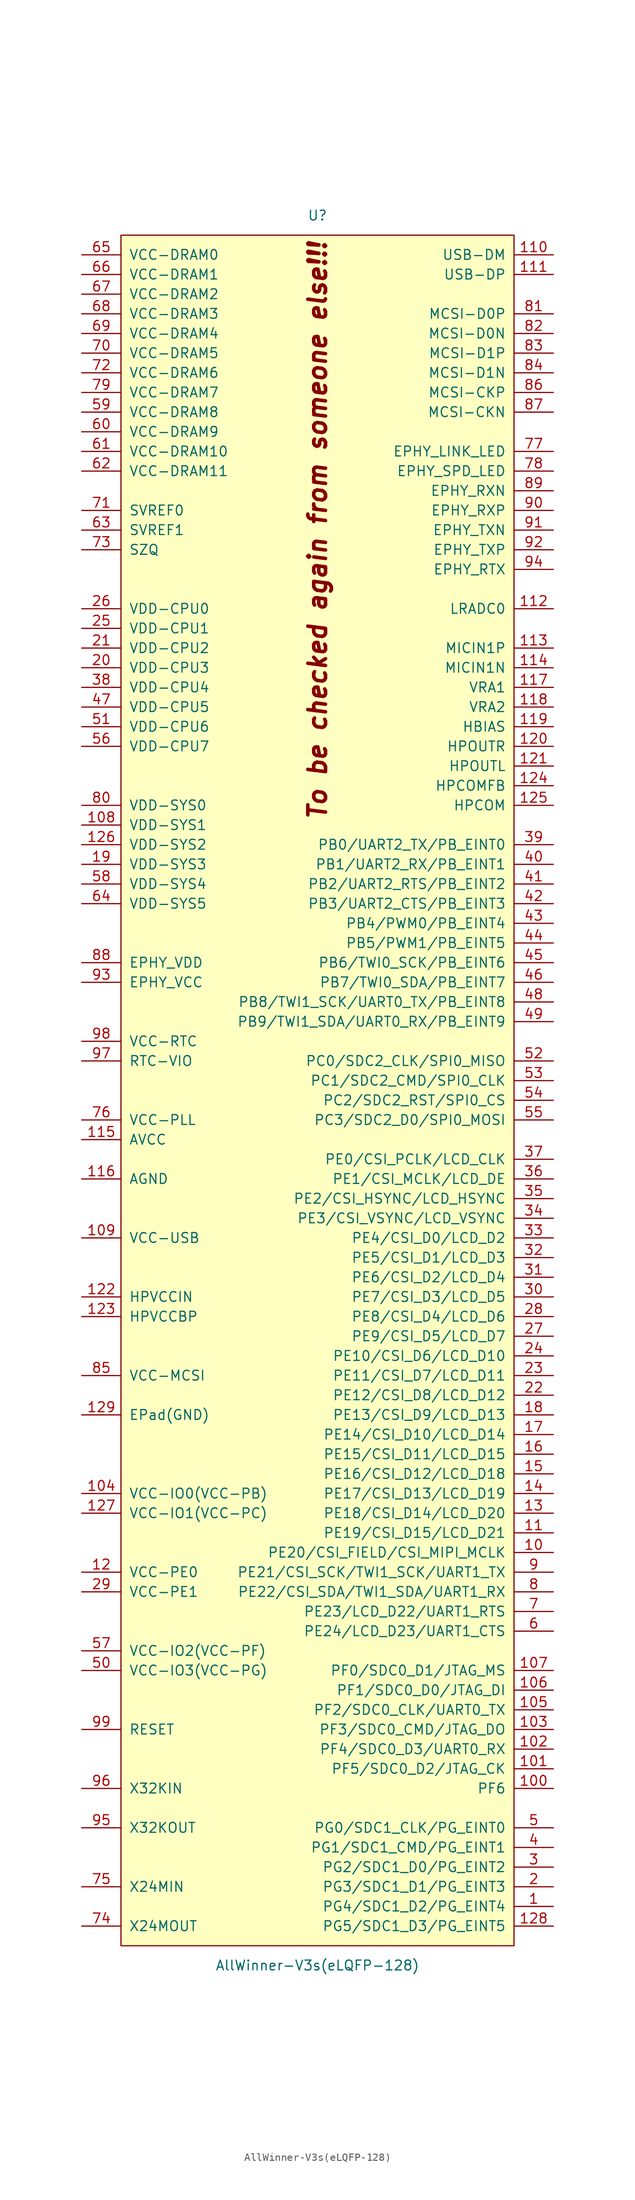
<source format=kicad_sym>
(kicad_symbol_lib
  (version 20220914)
  (generator kicad_symbol_editor)
  (symbol "AllWinner-V3s(eLQFP-128)"
    (pin_names
      (offset 1.016))
    (property "Reference" "U"
      (at 0 114.3 0)
      (effects (font (size 1.27 1.27))))
    (property "Value" "AllWinner-V3s(eLQFP-128)"
      (at 0 -111.76 0)
      (effects (font (size 1.27 1.27))))
    (symbol "AllWinner-V3s(eLQFP-128)_0_0"
      (text "To be checked again from someone else!!!" (at 0 73.66 900) (effects (font (size 2.286 2.286) bold italic))))
    (symbol "AllWinner-V3s(eLQFP-128)_0_1"
      (rectangle (start -25.4 111.76) (end 25.4 -109.22) (stroke (width 0) (type solid)) (fill (type background))))
    (symbol "AllWinner-V3s(eLQFP-128)_1_1"
      (pin bidirectional line (at 30.48 -104.14 180) (length 5.08) (name "PG4/SDC1_D2/PG_EINT4" (effects (font (size 1.27 1.27)))) (number "1" (effects (font (size 1.27 1.27)))))
      (pin bidirectional line (at 30.48 -58.42 180) (length 5.08) (name "PE20/CSI_FIELD/CSI_MIPI_MCLK" (effects (font (size 1.27 1.27)))) (number "10" (effects (font (size 1.27 1.27)))))
      (pin bidirectional line (at 30.48 -88.9 180) (length 5.08) (name "PF6" (effects (font (size 1.27 1.27)))) (number "100" (effects (font (size 1.27 1.27)))))
      (pin bidirectional line (at 30.48 -86.36 180) (length 5.08) (name "PF5/SDC0_D2/JTAG_CK" (effects (font (size 1.27 1.27)))) (number "101" (effects (font (size 1.27 1.27)))))
      (pin bidirectional line (at 30.48 -83.82 180) (length 5.08) (name "PF4/SDC0_D3/UART0_RX" (effects (font (size 1.27 1.27)))) (number "102" (effects (font (size 1.27 1.27)))))
      (pin bidirectional line (at 30.48 -81.28 180) (length 5.08) (name "PF3/SDC0_CMD/JTAG_DO" (effects (font (size 1.27 1.27)))) (number "103" (effects (font (size 1.27 1.27)))))
      (pin power_in line (at -30.48 -50.8 0) (length 5.08) (name "VCC-IO0(VCC-PB)" (effects (font (size 1.27 1.27)))) (number "104" (effects (font (size 1.27 1.27)))))
      (pin bidirectional line (at 30.48 -78.74 180) (length 5.08) (name "PF2/SDC0_CLK/UART0_TX" (effects (font (size 1.27 1.27)))) (number "105" (effects (font (size 1.27 1.27)))))
      (pin bidirectional line (at 30.48 -76.2 180) (length 5.08) (name "PF1/SDC0_D0/JTAG_DI" (effects (font (size 1.27 1.27)))) (number "106" (effects (font (size 1.27 1.27)))))
      (pin bidirectional line (at 30.48 -73.66 180) (length 5.08) (name "PF0/SDC0_D1/JTAG_MS" (effects (font (size 1.27 1.27)))) (number "107" (effects (font (size 1.27 1.27)))))
      (pin power_in line (at -30.48 35.56 0) (length 5.08) (name "VDD-SYS1" (effects (font (size 1.27 1.27)))) (number "108" (effects (font (size 1.27 1.27)))))
      (pin power_in line (at -30.48 -17.78 0) (length 5.08) (name "VCC-USB" (effects (font (size 1.27 1.27)))) (number "109" (effects (font (size 1.27 1.27)))))
      (pin bidirectional line (at 30.48 -55.88 180) (length 5.08) (name "PE19/CSI_D15/LCD_D21" (effects (font (size 1.27 1.27)))) (number "11" (effects (font (size 1.27 1.27)))))
      (pin bidirectional line (at 30.48 109.22 180) (length 5.08) (name "USB-DM" (effects (font (size 1.27 1.27)))) (number "110" (effects (font (size 1.27 1.27)))))
      (pin bidirectional line (at 30.48 106.68 180) (length 5.08) (name "USB-DP" (effects (font (size 1.27 1.27)))) (number "111" (effects (font (size 1.27 1.27)))))
      (pin input line (at 30.48 63.5 180) (length 5.08) (name "LRADC0" (effects (font (size 1.27 1.27)))) (number "112" (effects (font (size 1.27 1.27)))))
      (pin bidirectional line (at 30.48 58.42 180) (length 5.08) (name "MICIN1P" (effects (font (size 1.27 1.27)))) (number "113" (effects (font (size 1.27 1.27)))))
      (pin bidirectional line (at 30.48 55.88 180) (length 5.08) (name "MICIN1N" (effects (font (size 1.27 1.27)))) (number "114" (effects (font (size 1.27 1.27)))))
      (pin power_in line (at -30.48 -5.08 0) (length 5.08) (name "AVCC" (effects (font (size 1.27 1.27)))) (number "115" (effects (font (size 1.27 1.27)))))
      (pin power_in line (at -30.48 -10.16 0) (length 5.08) (name "AGND" (effects (font (size 1.27 1.27)))) (number "116" (effects (font (size 1.27 1.27)))))
      (pin input line (at 30.48 53.34 180) (length 5.08) (name "VRA1" (effects (font (size 1.27 1.27)))) (number "117" (effects (font (size 1.27 1.27)))))
      (pin input line (at 30.48 50.8 180) (length 5.08) (name "VRA2" (effects (font (size 1.27 1.27)))) (number "118" (effects (font (size 1.27 1.27)))))
      (pin input line (at 30.48 48.26 180) (length 5.08) (name "HBIAS" (effects (font (size 1.27 1.27)))) (number "119" (effects (font (size 1.27 1.27)))))
      (pin power_in line (at -30.48 -60.96 0) (length 5.08) (name "VCC-PE0" (effects (font (size 1.27 1.27)))) (number "12" (effects (font (size 1.27 1.27)))))
      (pin bidirectional line (at 30.48 45.72 180) (length 5.08) (name "HPOUTR" (effects (font (size 1.27 1.27)))) (number "120" (effects (font (size 1.27 1.27)))))
      (pin bidirectional line (at 30.48 43.18 180) (length 5.08) (name "HPOUTL" (effects (font (size 1.27 1.27)))) (number "121" (effects (font (size 1.27 1.27)))))
      (pin power_in line (at -30.48 -25.4 0) (length 5.08) (name "HPVCCIN" (effects (font (size 1.27 1.27)))) (number "122" (effects (font (size 1.27 1.27)))))
      (pin input line (at -30.48 -27.94 0) (length 5.08) (name "HPVCCBP" (effects (font (size 1.27 1.27)))) (number "123" (effects (font (size 1.27 1.27)))))
      (pin input line (at 30.48 40.64 180) (length 5.08) (name "HPCOMFB" (effects (font (size 1.27 1.27)))) (number "124" (effects (font (size 1.27 1.27)))))
      (pin input line (at 30.48 38.1 180) (length 5.08) (name "HPCOM" (effects (font (size 1.27 1.27)))) (number "125" (effects (font (size 1.27 1.27)))))
      (pin power_in line (at -30.48 33.02 0) (length 5.08) (name "VDD-SYS2" (effects (font (size 1.27 1.27)))) (number "126" (effects (font (size 1.27 1.27)))))
      (pin power_in line (at -30.48 -53.34 0) (length 5.08) (name "VCC-IO1(VCC-PC)" (effects (font (size 1.27 1.27)))) (number "127" (effects (font (size 1.27 1.27)))))
      (pin bidirectional line (at 30.48 -106.68 180) (length 5.08) (name "PG5/SDC1_D3/PG_EINT5" (effects (font (size 1.27 1.27)))) (number "128" (effects (font (size 1.27 1.27)))))
      (pin input line (at -30.48 -40.64 0) (length 5.08) (name "EPad(GND)" (effects (font (size 1.27 1.27)))) (number "129" (effects (font (size 1.27 1.27)))))
      (pin bidirectional line (at 30.48 -53.34 180) (length 5.08) (name "PE18/CSI_D14/LCD_D20" (effects (font (size 1.27 1.27)))) (number "13" (effects (font (size 1.27 1.27)))))
      (pin bidirectional line (at 30.48 -50.8 180) (length 5.08) (name "PE17/CSI_D13/LCD_D19" (effects (font (size 1.27 1.27)))) (number "14" (effects (font (size 1.27 1.27)))))
      (pin bidirectional line (at 30.48 -48.26 180) (length 5.08) (name "PE16/CSI_D12/LCD_D18" (effects (font (size 1.27 1.27)))) (number "15" (effects (font (size 1.27 1.27)))))
      (pin bidirectional line (at 30.48 -45.72 180) (length 5.08) (name "PE15/CSI_D11/LCD_D15" (effects (font (size 1.27 1.27)))) (number "16" (effects (font (size 1.27 1.27)))))
      (pin bidirectional line (at 30.48 -43.18 180) (length 5.08) (name "PE14/CSI_D10/LCD_D14" (effects (font (size 1.27 1.27)))) (number "17" (effects (font (size 1.27 1.27)))))
      (pin bidirectional line (at 30.48 -40.64 180) (length 5.08) (name "PE13/CSI_D9/LCD_D13" (effects (font (size 1.27 1.27)))) (number "18" (effects (font (size 1.27 1.27)))))
      (pin power_in line (at -30.48 30.48 0) (length 5.08) (name "VDD-SYS3" (effects (font (size 1.27 1.27)))) (number "19" (effects (font (size 1.27 1.27)))))
      (pin bidirectional line (at 30.48 -101.6 180) (length 5.08) (name "PG3/SDC1_D1/PG_EINT3" (effects (font (size 1.27 1.27)))) (number "2" (effects (font (size 1.27 1.27)))))
      (pin power_in line (at -30.48 55.88 0) (length 5.08) (name "VDD-CPU3" (effects (font (size 1.27 1.27)))) (number "20" (effects (font (size 1.27 1.27)))))
      (pin power_in line (at -30.48 58.42 0) (length 5.08) (name "VDD-CPU2" (effects (font (size 1.27 1.27)))) (number "21" (effects (font (size 1.27 1.27)))))
      (pin bidirectional line (at 30.48 -38.1 180) (length 5.08) (name "PE12/CSI_D8/LCD_D12" (effects (font (size 1.27 1.27)))) (number "22" (effects (font (size 1.27 1.27)))))
      (pin bidirectional line (at 30.48 -35.56 180) (length 5.08) (name "PE11/CSI_D7/LCD_D11" (effects (font (size 1.27 1.27)))) (number "23" (effects (font (size 1.27 1.27)))))
      (pin bidirectional line (at 30.48 -33.02 180) (length 5.08) (name "PE10/CSI_D6/LCD_D10" (effects (font (size 1.27 1.27)))) (number "24" (effects (font (size 1.27 1.27)))))
      (pin power_in line (at -30.48 60.96 0) (length 5.08) (name "VDD-CPU1" (effects (font (size 1.27 1.27)))) (number "25" (effects (font (size 1.27 1.27)))))
      (pin power_in line (at -30.48 63.5 0) (length 5.08) (name "VDD-CPU0" (effects (font (size 1.27 1.27)))) (number "26" (effects (font (size 1.27 1.27)))))
      (pin bidirectional line (at 30.48 -30.48 180) (length 5.08) (name "PE9/CSI_D5/LCD_D7" (effects (font (size 1.27 1.27)))) (number "27" (effects (font (size 1.27 1.27)))))
      (pin bidirectional line (at 30.48 -27.94 180) (length 5.08) (name "PE8/CSI_D4/LCD_D6" (effects (font (size 1.27 1.27)))) (number "28" (effects (font (size 1.27 1.27)))))
      (pin power_in line (at -30.48 -63.5 0) (length 5.08) (name "VCC-PE1" (effects (font (size 1.27 1.27)))) (number "29" (effects (font (size 1.27 1.27)))))
      (pin bidirectional line (at 30.48 -99.06 180) (length 5.08) (name "PG2/SDC1_D0/PG_EINT2" (effects (font (size 1.27 1.27)))) (number "3" (effects (font (size 1.27 1.27)))))
      (pin bidirectional line (at 30.48 -25.4 180) (length 5.08) (name "PE7/CSI_D3/LCD_D5" (effects (font (size 1.27 1.27)))) (number "30" (effects (font (size 1.27 1.27)))))
      (pin bidirectional line (at 30.48 -22.86 180) (length 5.08) (name "PE6/CSI_D2/LCD_D4" (effects (font (size 1.27 1.27)))) (number "31" (effects (font (size 1.27 1.27)))))
      (pin bidirectional line (at 30.48 -20.32 180) (length 5.08) (name "PE5/CSI_D1/LCD_D3" (effects (font (size 1.27 1.27)))) (number "32" (effects (font (size 1.27 1.27)))))
      (pin bidirectional line (at 30.48 -17.78 180) (length 5.08) (name "PE4/CSI_D0/LCD_D2" (effects (font (size 1.27 1.27)))) (number "33" (effects (font (size 1.27 1.27)))))
      (pin bidirectional line (at 30.48 -15.24 180) (length 5.08) (name "PE3/CSI_VSYNC/LCD_VSYNC" (effects (font (size 1.27 1.27)))) (number "34" (effects (font (size 1.27 1.27)))))
      (pin bidirectional line (at 30.48 -12.7 180) (length 5.08) (name "PE2/CSI_HSYNC/LCD_HSYNC" (effects (font (size 1.27 1.27)))) (number "35" (effects (font (size 1.27 1.27)))))
      (pin bidirectional line (at 30.48 -10.16 180) (length 5.08) (name "PE1/CSI_MCLK/LCD_DE" (effects (font (size 1.27 1.27)))) (number "36" (effects (font (size 1.27 1.27)))))
      (pin bidirectional line (at 30.48 -7.62 180) (length 5.08) (name "PE0/CSI_PCLK/LCD_CLK" (effects (font (size 1.27 1.27)))) (number "37" (effects (font (size 1.27 1.27)))))
      (pin power_in line (at -30.48 53.34 0) (length 5.08) (name "VDD-CPU4" (effects (font (size 1.27 1.27)))) (number "38" (effects (font (size 1.27 1.27)))))
      (pin bidirectional line (at 30.48 33.02 180) (length 5.08) (name "PB0/UART2_TX/PB_EINT0" (effects (font (size 1.27 1.27)))) (number "39" (effects (font (size 1.27 1.27)))))
      (pin bidirectional line (at 30.48 -96.52 180) (length 5.08) (name "PG1/SDC1_CMD/PG_EINT1" (effects (font (size 1.27 1.27)))) (number "4" (effects (font (size 1.27 1.27)))))
      (pin bidirectional line (at 30.48 30.48 180) (length 5.08) (name "PB1/UART2_RX/PB_EINT1" (effects (font (size 1.27 1.27)))) (number "40" (effects (font (size 1.27 1.27)))))
      (pin bidirectional line (at 30.48 27.94 180) (length 5.08) (name "PB2/UART2_RTS/PB_EINT2" (effects (font (size 1.27 1.27)))) (number "41" (effects (font (size 1.27 1.27)))))
      (pin bidirectional line (at 30.48 25.4 180) (length 5.08) (name "PB3/UART2_CTS/PB_EINT3" (effects (font (size 1.27 1.27)))) (number "42" (effects (font (size 1.27 1.27)))))
      (pin bidirectional line (at 30.48 22.86 180) (length 5.08) (name "PB4/PWM0/PB_EINT4" (effects (font (size 1.27 1.27)))) (number "43" (effects (font (size 1.27 1.27)))))
      (pin bidirectional line (at 30.48 20.32 180) (length 5.08) (name "PB5/PWM1/PB_EINT5" (effects (font (size 1.27 1.27)))) (number "44" (effects (font (size 1.27 1.27)))))
      (pin bidirectional line (at 30.48 17.78 180) (length 5.08) (name "PB6/TWI0_SCK/PB_EINT6" (effects (font (size 1.27 1.27)))) (number "45" (effects (font (size 1.27 1.27)))))
      (pin bidirectional line (at 30.48 15.24 180) (length 5.08) (name "PB7/TWI0_SDA/PB_EINT7" (effects (font (size 1.27 1.27)))) (number "46" (effects (font (size 1.27 1.27)))))
      (pin power_in line (at -30.48 50.8 0) (length 5.08) (name "VDD-CPU5" (effects (font (size 1.27 1.27)))) (number "47" (effects (font (size 1.27 1.27)))))
      (pin bidirectional line (at 30.48 12.7 180) (length 5.08) (name "PB8/TWI1_SCK/UART0_TX/PB_EINT8" (effects (font (size 1.27 1.27)))) (number "48" (effects (font (size 1.27 1.27)))))
      (pin bidirectional line (at 30.48 10.16 180) (length 5.08) (name "PB9/TWI1_SDA/UART0_RX/PB_EINT9" (effects (font (size 1.27 1.27)))) (number "49" (effects (font (size 1.27 1.27)))))
      (pin bidirectional line (at 30.48 -93.98 180) (length 5.08) (name "PG0/SDC1_CLK/PG_EINT0" (effects (font (size 1.27 1.27)))) (number "5" (effects (font (size 1.27 1.27)))))
      (pin power_in line (at -30.48 -73.66 0) (length 5.08) (name "VCC-IO3(VCC-PG)" (effects (font (size 1.27 1.27)))) (number "50" (effects (font (size 1.27 1.27)))))
      (pin power_in line (at -30.48 48.26 0) (length 5.08) (name "VDD-CPU6" (effects (font (size 1.27 1.27)))) (number "51" (effects (font (size 1.27 1.27)))))
      (pin bidirectional line (at 30.48 5.08 180) (length 5.08) (name "PC0/SDC2_CLK/SPI0_MISO" (effects (font (size 1.27 1.27)))) (number "52" (effects (font (size 1.27 1.27)))))
      (pin bidirectional line (at 30.48 2.54 180) (length 5.08) (name "PC1/SDC2_CMD/SPI0_CLK" (effects (font (size 1.27 1.27)))) (number "53" (effects (font (size 1.27 1.27)))))
      (pin bidirectional line (at 30.48 0 180) (length 5.08) (name "PC2/SDC2_RST/SPI0_CS" (effects (font (size 1.27 1.27)))) (number "54" (effects (font (size 1.27 1.27)))))
      (pin bidirectional line (at 30.48 -2.54 180) (length 5.08) (name "PC3/SDC2_D0/SPI0_MOSI" (effects (font (size 1.27 1.27)))) (number "55" (effects (font (size 1.27 1.27)))))
      (pin power_in line (at -30.48 45.72 0) (length 5.08) (name "VDD-CPU7" (effects (font (size 1.27 1.27)))) (number "56" (effects (font (size 1.27 1.27)))))
      (pin power_in line (at -30.48 -71.12 0) (length 5.08) (name "VCC-IO2(VCC-PF)" (effects (font (size 1.27 1.27)))) (number "57" (effects (font (size 1.27 1.27)))))
      (pin power_in line (at -30.48 27.94 0) (length 5.08) (name "VDD-SYS4" (effects (font (size 1.27 1.27)))) (number "58" (effects (font (size 1.27 1.27)))))
      (pin power_in line (at -30.48 88.9 0) (length 5.08) (name "VCC-DRAM8" (effects (font (size 1.27 1.27)))) (number "59" (effects (font (size 1.27 1.27)))))
      (pin bidirectional line (at 30.48 -68.58 180) (length 5.08) (name "PE24/LCD_D23/UART1_CTS" (effects (font (size 1.27 1.27)))) (number "6" (effects (font (size 1.27 1.27)))))
      (pin power_in line (at -30.48 86.36 0) (length 5.08) (name "VCC-DRAM9" (effects (font (size 1.27 1.27)))) (number "60" (effects (font (size 1.27 1.27)))))
      (pin power_in line (at -30.48 83.82 0) (length 5.08) (name "VCC-DRAM10" (effects (font (size 1.27 1.27)))) (number "61" (effects (font (size 1.27 1.27)))))
      (pin power_in line (at -30.48 81.28 0) (length 5.08) (name "VCC-DRAM11" (effects (font (size 1.27 1.27)))) (number "62" (effects (font (size 1.27 1.27)))))
      (pin power_in line (at -30.48 73.66 0) (length 5.08) (name "SVREF1" (effects (font (size 1.27 1.27)))) (number "63" (effects (font (size 1.27 1.27)))))
      (pin power_in line (at -30.48 25.4 0) (length 5.08) (name "VDD-SYS5" (effects (font (size 1.27 1.27)))) (number "64" (effects (font (size 1.27 1.27)))))
      (pin power_in line (at -30.48 109.22 0) (length 5.08) (name "VCC-DRAM0" (effects (font (size 1.27 1.27)))) (number "65" (effects (font (size 1.27 1.27)))))
      (pin power_in line (at -30.48 106.68 0) (length 5.08) (name "VCC-DRAM1" (effects (font (size 1.27 1.27)))) (number "66" (effects (font (size 1.27 1.27)))))
      (pin power_in line (at -30.48 104.14 0) (length 5.08) (name "VCC-DRAM2" (effects (font (size 1.27 1.27)))) (number "67" (effects (font (size 1.27 1.27)))))
      (pin power_in line (at -30.48 101.6 0) (length 5.08) (name "VCC-DRAM3" (effects (font (size 1.27 1.27)))) (number "68" (effects (font (size 1.27 1.27)))))
      (pin power_in line (at -30.48 99.06 0) (length 5.08) (name "VCC-DRAM4" (effects (font (size 1.27 1.27)))) (number "69" (effects (font (size 1.27 1.27)))))
      (pin bidirectional line (at 30.48 -66.04 180) (length 5.08) (name "PE23/LCD_D22/UART1_RTS" (effects (font (size 1.27 1.27)))) (number "7" (effects (font (size 1.27 1.27)))))
      (pin power_in line (at -30.48 96.52 0) (length 5.08) (name "VCC-DRAM5" (effects (font (size 1.27 1.27)))) (number "70" (effects (font (size 1.27 1.27)))))
      (pin power_in line (at -30.48 76.2 0) (length 5.08) (name "SVREF0" (effects (font (size 1.27 1.27)))) (number "71" (effects (font (size 1.27 1.27)))))
      (pin power_in line (at -30.48 93.98 0) (length 5.08) (name "VCC-DRAM6" (effects (font (size 1.27 1.27)))) (number "72" (effects (font (size 1.27 1.27)))))
      (pin input line (at -30.48 71.12 0) (length 5.08) (name "SZQ" (effects (font (size 1.27 1.27)))) (number "73" (effects (font (size 1.27 1.27)))))
      (pin output line (at -30.48 -106.68 0) (length 5.08) (name "X24MOUT" (effects (font (size 1.27 1.27)))) (number "74" (effects (font (size 1.27 1.27)))))
      (pin input line (at -30.48 -101.6 0) (length 5.08) (name "X24MIN" (effects (font (size 1.27 1.27)))) (number "75" (effects (font (size 1.27 1.27)))))
      (pin power_in line (at -30.48 -2.54 0) (length 5.08) (name "VCC-PLL" (effects (font (size 1.27 1.27)))) (number "76" (effects (font (size 1.27 1.27)))))
      (pin output line (at 30.48 83.82 180) (length 5.08) (name "EPHY_LINK_LED" (effects (font (size 1.27 1.27)))) (number "77" (effects (font (size 1.27 1.27)))))
      (pin output line (at 30.48 81.28 180) (length 5.08) (name "EPHY_SPD_LED" (effects (font (size 1.27 1.27)))) (number "78" (effects (font (size 1.27 1.27)))))
      (pin power_in line (at -30.48 91.44 0) (length 5.08) (name "VCC-DRAM7" (effects (font (size 1.27 1.27)))) (number "79" (effects (font (size 1.27 1.27)))))
      (pin bidirectional line (at 30.48 -63.5 180) (length 5.08) (name "PE22/CSI_SDA/TWI1_SDA/UART1_RX" (effects (font (size 1.27 1.27)))) (number "8" (effects (font (size 1.27 1.27)))))
      (pin power_in line (at -30.48 38.1 0) (length 5.08) (name "VDD-SYS0" (effects (font (size 1.27 1.27)))) (number "80" (effects (font (size 1.27 1.27)))))
      (pin bidirectional line (at 30.48 101.6 180) (length 5.08) (name "MCSI-D0P" (effects (font (size 1.27 1.27)))) (number "81" (effects (font (size 1.27 1.27)))))
      (pin bidirectional line (at 30.48 99.06 180) (length 5.08) (name "MCSI-D0N" (effects (font (size 1.27 1.27)))) (number "82" (effects (font (size 1.27 1.27)))))
      (pin bidirectional line (at 30.48 96.52 180) (length 5.08) (name "MCSI-D1P" (effects (font (size 1.27 1.27)))) (number "83" (effects (font (size 1.27 1.27)))))
      (pin bidirectional line (at 30.48 93.98 180) (length 5.08) (name "MCSI-D1N" (effects (font (size 1.27 1.27)))) (number "84" (effects (font (size 1.27 1.27)))))
      (pin power_in line (at -30.48 -35.56 0) (length 5.08) (name "VCC-MCSI" (effects (font (size 1.27 1.27)))) (number "85" (effects (font (size 1.27 1.27)))))
      (pin bidirectional line (at 30.48 91.44 180) (length 5.08) (name "MCSI-CKP" (effects (font (size 1.27 1.27)))) (number "86" (effects (font (size 1.27 1.27)))))
      (pin bidirectional line (at 30.48 88.9 180) (length 5.08) (name "MCSI-CKN" (effects (font (size 1.27 1.27)))) (number "87" (effects (font (size 1.27 1.27)))))
      (pin power_in line (at -30.48 17.78 0) (length 5.08) (name "EPHY_VDD" (effects (font (size 1.27 1.27)))) (number "88" (effects (font (size 1.27 1.27)))))
      (pin bidirectional line (at 30.48 78.74 180) (length 5.08) (name "EPHY_RXN" (effects (font (size 1.27 1.27)))) (number "89" (effects (font (size 1.27 1.27)))))
      (pin bidirectional line (at 30.48 -60.96 180) (length 5.08) (name "PE21/CSI_SCK/TWI1_SCK/UART1_TX" (effects (font (size 1.27 1.27)))) (number "9" (effects (font (size 1.27 1.27)))))
      (pin bidirectional line (at 30.48 76.2 180) (length 5.08) (name "EPHY_RXP" (effects (font (size 1.27 1.27)))) (number "90" (effects (font (size 1.27 1.27)))))
      (pin bidirectional line (at 30.48 73.66 180) (length 5.08) (name "EPHY_TXN" (effects (font (size 1.27 1.27)))) (number "91" (effects (font (size 1.27 1.27)))))
      (pin bidirectional line (at 30.48 71.12 180) (length 5.08) (name "EPHY_TXP" (effects (font (size 1.27 1.27)))) (number "92" (effects (font (size 1.27 1.27)))))
      (pin power_in line (at -30.48 15.24 0) (length 5.08) (name "EPHY_VCC" (effects (font (size 1.27 1.27)))) (number "93" (effects (font (size 1.27 1.27)))))
      (pin input line (at 30.48 68.58 180) (length 5.08) (name "EPHY_RTX" (effects (font (size 1.27 1.27)))) (number "94" (effects (font (size 1.27 1.27)))))
      (pin output line (at -30.48 -93.98 0) (length 5.08) (name "X32KOUT" (effects (font (size 1.27 1.27)))) (number "95" (effects (font (size 1.27 1.27)))))
      (pin input line (at -30.48 -88.9 0) (length 5.08) (name "X32KIN" (effects (font (size 1.27 1.27)))) (number "96" (effects (font (size 1.27 1.27)))))
      (pin power_in line (at -30.48 5.08 0) (length 5.08) (name "RTC-VIO" (effects (font (size 1.27 1.27)))) (number "97" (effects (font (size 1.27 1.27)))))
      (pin power_in line (at -30.48 7.62 0) (length 5.08) (name "VCC-RTC" (effects (font (size 1.27 1.27)))) (number "98" (effects (font (size 1.27 1.27)))))
      (pin input line (at -30.48 -81.28 0) (length 5.08) (name "RESET" (effects (font (size 1.27 1.27)))) (number "99" (effects (font (size 1.27 1.27))))))))
</source>
